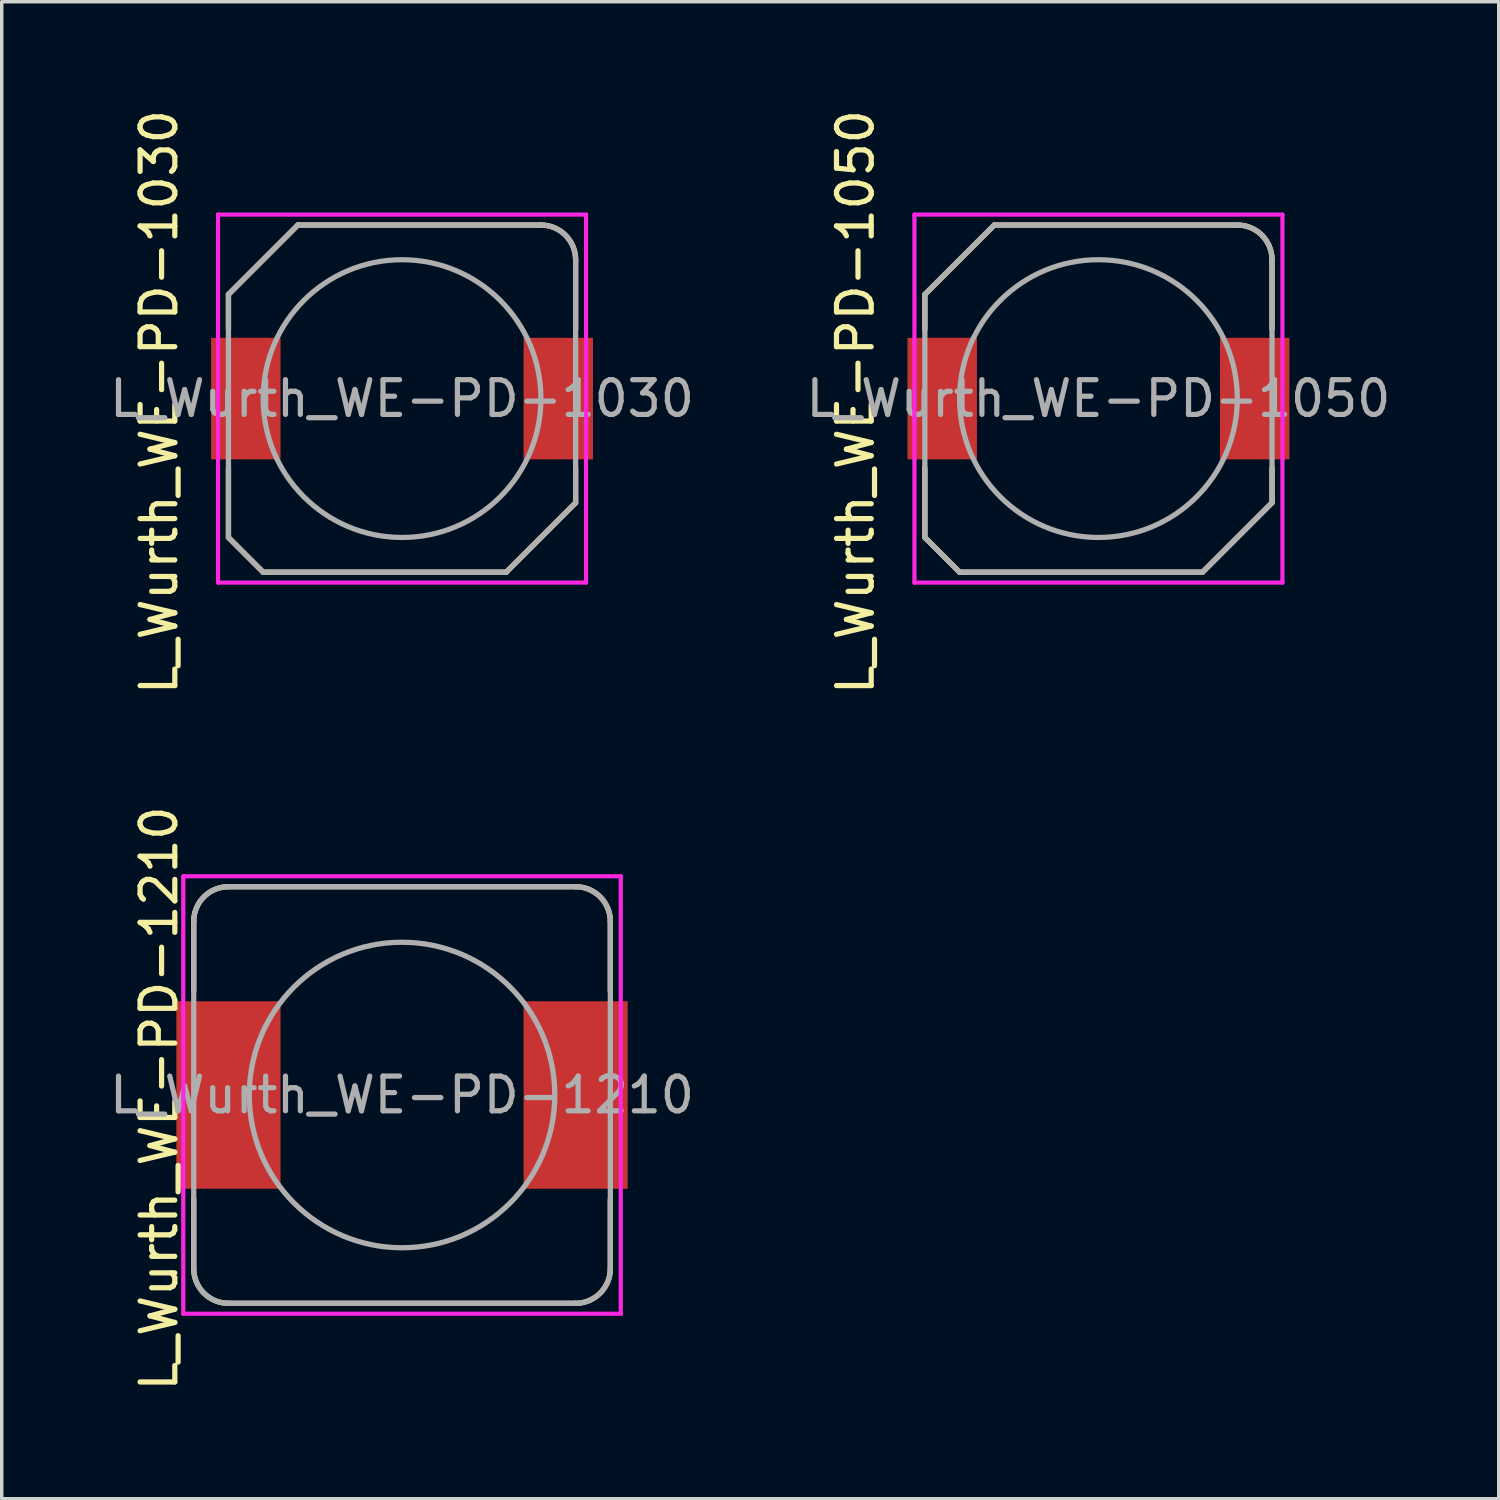
<source format=kicad_pcb>
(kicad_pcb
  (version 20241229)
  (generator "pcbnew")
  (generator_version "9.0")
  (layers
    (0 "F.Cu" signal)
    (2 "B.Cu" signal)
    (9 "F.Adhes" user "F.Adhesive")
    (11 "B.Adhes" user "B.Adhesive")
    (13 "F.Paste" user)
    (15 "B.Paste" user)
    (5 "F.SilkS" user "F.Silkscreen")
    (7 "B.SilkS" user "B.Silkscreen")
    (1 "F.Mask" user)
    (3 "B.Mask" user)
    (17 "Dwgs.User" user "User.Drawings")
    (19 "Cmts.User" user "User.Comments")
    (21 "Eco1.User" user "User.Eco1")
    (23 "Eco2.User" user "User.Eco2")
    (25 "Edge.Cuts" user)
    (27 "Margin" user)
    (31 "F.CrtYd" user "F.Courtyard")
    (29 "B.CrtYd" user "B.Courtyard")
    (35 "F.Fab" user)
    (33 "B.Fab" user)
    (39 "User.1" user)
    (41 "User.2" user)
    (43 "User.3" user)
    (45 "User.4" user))
  (footprint "L_Wurth_WE-PD-1210"
    (layer "F.Cu")
    (at 8.53 28.49)
    (property "Reference" "L_Wurth_WE-PD-1210" (at -7 0.099 90) (layer "F.SilkS") (effects (font (size 1 1) (thickness 0.15))))
    (attr smd)
    (fp_line (start -6 -5) (end -6 -3) (stroke (width 0.152) (type solid)) (layer "F.SilkS"))
    (fp_line (start -6 3) (end -6 5) (stroke (width 0.152) (type solid)) (layer "F.SilkS"))
    (fp_line (start -5 6) (end 5 6) (stroke (width 0.152) (type solid)) (layer "F.SilkS"))
    (fp_line (start 5 -6) (end -5 -6) (stroke (width 0.152) (type solid)) (layer "F.SilkS"))
    (fp_line (start 6 -3) (end 6 -5) (stroke (width 0.152) (type solid)) (layer "F.SilkS"))
    (fp_line (start 6 3) (end 6 5) (stroke (width 0.152) (type solid)) (layer "F.SilkS"))
    (fp_arc (start -6 -5) (mid -5.707107 -5.707107) (end -5 -6) (stroke (width 0.1524) (type solid)) (layer "F.SilkS"))
    (fp_arc (start -5 6) (mid -5.707107 5.707107) (end -6 5) (stroke (width 0.1524) (type solid)) (layer "F.SilkS"))
    (fp_arc (start 5 -6) (mid 5.707107 -5.707107) (end 6 -5) (stroke (width 0.1524) (type solid)) (layer "F.SilkS"))
    (fp_arc (start 6 5) (mid 5.707107 5.707107) (end 5 6) (stroke (width 0.1524) (type solid)) (layer "F.SilkS"))
    (fp_line (start -6.3 -6.3) (end 6.3 -6.3) (stroke (width 0.12) (type solid)) (layer "F.CrtYd"))
    (fp_line (start -6.3 6.3) (end -6.3 -6.3) (stroke (width 0.12) (type solid)) (layer "F.CrtYd"))
    (fp_line (start 6.3 -6.3) (end 6.3 6.3) (stroke (width 0.12) (type solid)) (layer "F.CrtYd"))
    (fp_line (start 6.3 6.3) (end -6.3 6.3) (stroke (width 0.12) (type solid)) (layer "F.CrtYd"))
    (fp_line (start -6 -5) (end -6 5) (stroke (width 0.152) (type solid)) (layer "F.Fab"))
    (fp_line (start -5 6) (end 5 6) (stroke (width 0.152) (type solid)) (layer "F.Fab"))
    (fp_line (start 5 -6) (end -5 -6) (stroke (width 0.152) (type solid)) (layer "F.Fab"))
    (fp_line (start 6 -5) (end 6 5) (stroke (width 0.152) (type solid)) (layer "F.Fab"))
    (fp_arc (start -6 -5) (mid -5.707107 -5.707107) (end -5 -6) (stroke (width 0.1524) (type solid)) (layer "F.Fab"))
    (fp_arc (start -5 6) (mid -5.707107 5.707107) (end -6 5) (stroke (width 0.1524) (type solid)) (layer "F.Fab"))
    (fp_arc (start 5 -6) (mid 5.707107 -5.707107) (end 6 -5) (stroke (width 0.1524) (type solid)) (layer "F.Fab"))
    (fp_arc (start 6 5) (mid 5.707107 5.707107) (end 5 6) (stroke (width 0.1524) (type solid)) (layer "F.Fab"))
    (fp_circle (center 0 0) (end 4.4 0) (stroke (width 0.152) (type solid)) (fill no) (layer "F.Fab"))
    (fp_text user "${REFERENCE}" (at 0 0 0) (layer "F.Fab") (effects (font (size 1 1) (thickness 0.15))))
    (pad "1" smd rect (at -5 0) (size 3 5.4) (layers "F.Cu" "F.Mask" "F.Paste"))
    (pad "2" smd rect (at 5 0) (size 3 5.4) (layers "F.Cu" "F.Mask" "F.Paste")))
  (footprint "L_Wurth_WE-PD-1030"
    (layer "F.Cu")
    (at 8.53 8.431)
    (property "Reference" "L_Wurth_WE-PD-1030" (at -7 0.099 90) (layer "F.SilkS") (effects (font (size 1 1) (thickness 0.15))))
    (attr smd)
    (fp_line (start -5 -3) (end -5 -2) (stroke (width 0.152) (type solid)) (layer "F.SilkS"))
    (fp_line (start -5 -3) (end -3 -5) (stroke (width 0.152) (type solid)) (layer "F.SilkS"))
    (fp_line (start -5 4) (end -5 2) (stroke (width 0.152) (type solid)) (layer "F.SilkS"))
    (fp_line (start -4 5) (end -5 4) (stroke (width 0.152) (type solid)) (layer "F.SilkS"))
    (fp_line (start -3 -5) (end 4 -5) (stroke (width 0.152) (type solid)) (layer "F.SilkS"))
    (fp_line (start 3 5) (end -4 5) (stroke (width 0.152) (type solid)) (layer "F.SilkS"))
    (fp_line (start 5 -4) (end 5 -2) (stroke (width 0.152) (type solid)) (layer "F.SilkS"))
    (fp_line (start 5 3) (end 3 5) (stroke (width 0.152) (type solid)) (layer "F.SilkS"))
    (fp_line (start 5 3) (end 5 2) (stroke (width 0.152) (type solid)) (layer "F.SilkS"))
    (fp_arc (start 4 -5) (mid 4.707107 -4.707107) (end 5 -4) (stroke (width 0.1524) (type solid)) (layer "F.SilkS"))
    (fp_line (start -5.3 -5.3) (end 5.3 -5.3) (stroke (width 0.12) (type solid)) (layer "F.CrtYd"))
    (fp_line (start -5.3 5.3) (end -5.3 -5.3) (stroke (width 0.12) (type solid)) (layer "F.CrtYd"))
    (fp_line (start 5.3 -5.3) (end 5.3 5.3) (stroke (width 0.12) (type solid)) (layer "F.CrtYd"))
    (fp_line (start 5.3 5.3) (end -5.3 5.3) (stroke (width 0.12) (type solid)) (layer "F.CrtYd"))
    (fp_line (start -5 -3) (end -3 -5) (stroke (width 0.152) (type solid)) (layer "F.Fab"))
    (fp_line (start -5 4) (end -5 -3) (stroke (width 0.152) (type solid)) (layer "F.Fab"))
    (fp_line (start -4 5) (end -5 4) (stroke (width 0.152) (type solid)) (layer "F.Fab"))
    (fp_line (start -3 -5) (end 4 -5) (stroke (width 0.152) (type solid)) (layer "F.Fab"))
    (fp_line (start 3 5) (end -4 5) (stroke (width 0.152) (type solid)) (layer "F.Fab"))
    (fp_line (start 5 -4) (end 5 3) (stroke (width 0.152) (type solid)) (layer "F.Fab"))
    (fp_line (start 5 3) (end 3 5) (stroke (width 0.152) (type solid)) (layer "F.Fab"))
    (fp_arc (start 4 -5) (mid 4.707107 -4.707107) (end 5 -4) (stroke (width 0.1524) (type solid)) (layer "F.Fab"))
    (fp_circle (center 0 0) (end 0 -4) (stroke (width 0.15) (type solid)) (fill no) (layer "F.Fab"))
    (fp_text user "${REFERENCE}" (at 0 0 0) (layer "F.Fab") (effects (font (size 1 1) (thickness 0.15))))
    (pad "1" smd rect (at -4.5 0) (size 2 3.5) (layers "F.Cu" "F.Mask" "F.Paste"))
    (pad "2" smd rect (at 4.5 0) (size 2 3.5) (layers "F.Cu" "F.Mask" "F.Paste")))
  (footprint "L_Wurth_WE-PD-1050"
    (layer "F.Cu")
    (at 28.589 8.431)
    (property "Reference" "L_Wurth_WE-PD-1050" (at -7 0.099 90) (layer "F.SilkS") (effects (font (size 1 1) (thickness 0.15))))
    (attr smd)
    (fp_line (start -5 -3) (end -5 -2) (stroke (width 0.152) (type solid)) (layer "F.SilkS"))
    (fp_line (start -5 -3) (end -3 -5) (stroke (width 0.152) (type solid)) (layer "F.SilkS"))
    (fp_line (start -5 4) (end -5 2) (stroke (width 0.152) (type solid)) (layer "F.SilkS"))
    (fp_line (start -4 5) (end -5 4) (stroke (width 0.152) (type solid)) (layer "F.SilkS"))
    (fp_line (start -3 -5) (end 4 -5) (stroke (width 0.152) (type solid)) (layer "F.SilkS"))
    (fp_line (start 3 5) (end -4 5) (stroke (width 0.152) (type solid)) (layer "F.SilkS"))
    (fp_line (start 5 -4) (end 5 -2) (stroke (width 0.152) (type solid)) (layer "F.SilkS"))
    (fp_line (start 5 3) (end 3 5) (stroke (width 0.152) (type solid)) (layer "F.SilkS"))
    (fp_line (start 5 3) (end 5 2) (stroke (width 0.152) (type solid)) (layer "F.SilkS"))
    (fp_arc (start 4 -5) (mid 4.707107 -4.707107) (end 5 -4) (stroke (width 0.1524) (type solid)) (layer "F.SilkS"))
    (fp_line (start -5.3 -5.3) (end 5.3 -5.3) (stroke (width 0.12) (type solid)) (layer "F.CrtYd"))
    (fp_line (start -5.3 5.3) (end -5.3 -5.3) (stroke (width 0.12) (type solid)) (layer "F.CrtYd"))
    (fp_line (start 5.3 -5.3) (end 5.3 5.3) (stroke (width 0.12) (type solid)) (layer "F.CrtYd"))
    (fp_line (start 5.3 5.3) (end -5.3 5.3) (stroke (width 0.12) (type solid)) (layer "F.CrtYd"))
    (fp_line (start -5 -3) (end -3 -5) (stroke (width 0.152) (type solid)) (layer "F.Fab"))
    (fp_line (start -5 4) (end -5 -3) (stroke (width 0.152) (type solid)) (layer "F.Fab"))
    (fp_line (start -4 5) (end -5 4) (stroke (width 0.152) (type solid)) (layer "F.Fab"))
    (fp_line (start -3 -5) (end 4 -5) (stroke (width 0.152) (type solid)) (layer "F.Fab"))
    (fp_line (start 3 5) (end -4 5) (stroke (width 0.152) (type solid)) (layer "F.Fab"))
    (fp_line (start 5 -4) (end 5 3) (stroke (width 0.152) (type solid)) (layer "F.Fab"))
    (fp_line (start 5 3) (end 3 5) (stroke (width 0.152) (type solid)) (layer "F.Fab"))
    (fp_arc (start 4 -5) (mid 4.707107 -4.707107) (end 5 -4) (stroke (width 0.1524) (type solid)) (layer "F.Fab"))
    (fp_circle (center 0 0) (end 0 -4) (stroke (width 0.15) (type solid)) (fill no) (layer "F.Fab"))
    (fp_text user "${REFERENCE}" (at 0 0 0) (layer "F.Fab") (effects (font (size 1 1) (thickness 0.15))))
    (pad "1" smd rect (at -4.5 0) (size 2 3.5) (layers "F.Cu" "F.Mask" "F.Paste"))
    (pad "2" smd rect (at 4.5 0) (size 2 3.5) (layers "F.Cu" "F.Mask" "F.Paste")))
  (gr_rect
    (start -3 -3)
    (end 40.119 40.119)
    (stroke (width 0.1) (type default))
    (fill no)
    (layer "Edge.Cuts")))
</source>
